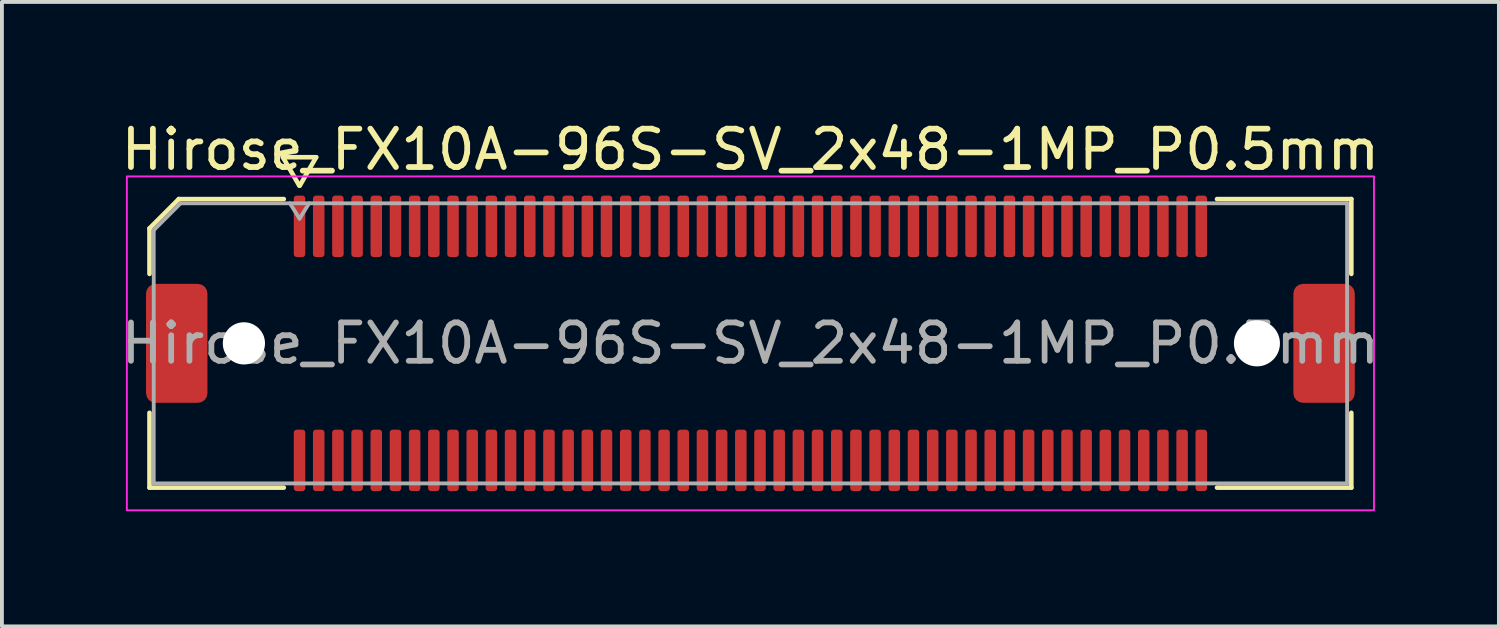
<source format=kicad_pcb>
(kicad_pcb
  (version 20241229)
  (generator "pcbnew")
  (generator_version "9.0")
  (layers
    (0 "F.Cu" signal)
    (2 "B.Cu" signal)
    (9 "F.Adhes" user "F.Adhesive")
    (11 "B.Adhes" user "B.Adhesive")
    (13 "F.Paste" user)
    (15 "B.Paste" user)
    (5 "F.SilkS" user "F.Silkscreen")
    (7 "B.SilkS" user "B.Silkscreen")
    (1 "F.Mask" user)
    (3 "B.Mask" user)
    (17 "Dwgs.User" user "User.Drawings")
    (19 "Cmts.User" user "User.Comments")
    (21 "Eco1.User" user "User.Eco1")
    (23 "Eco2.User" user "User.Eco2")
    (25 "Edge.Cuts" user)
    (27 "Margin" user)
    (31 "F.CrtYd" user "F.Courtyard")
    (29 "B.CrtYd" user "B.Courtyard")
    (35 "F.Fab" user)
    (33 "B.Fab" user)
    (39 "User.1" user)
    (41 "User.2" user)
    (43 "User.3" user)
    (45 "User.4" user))
  (footprint "Hirose_FX10A-96S-SV_2x48-1MP_P0.5mm"
    (layer "F.Cu")
    (at 16.506 5.898)
    (property "Reference" "Hirose_FX10A-96S-SV_2x48-1MP_P0.5mm" (at 0 -5.05 0) (layer "F.SilkS") (effects (font (size 1 1) (thickness 0.15))))
    (attr smd)
    (fp_line (start -15.66 -2.996) (end -14.896 -3.76) (stroke (width 0.12) (type solid)) (layer "F.SilkS"))
    (fp_line (start -15.66 -1.81) (end -15.66 -2.996) (stroke (width 0.12) (type solid)) (layer "F.SilkS"))
    (fp_line (start -15.66 3.76) (end -15.66 1.81) (stroke (width 0.12) (type solid)) (layer "F.SilkS"))
    (fp_line (start -14.896 -3.76) (end -12.16 -3.76) (stroke (width 0.12) (type solid)) (layer "F.SilkS"))
    (fp_line (start -12.183 -4.85) (end -11.756 -4.11) (stroke (width 0.12) (type solid)) (layer "F.SilkS"))
    (fp_line (start -12.16 3.76) (end -15.66 3.76) (stroke (width 0.12) (type solid)) (layer "F.SilkS"))
    (fp_line (start -11.744 -4.11) (end -11.317 -4.85) (stroke (width 0.12) (type solid)) (layer "F.SilkS"))
    (fp_line (start -11.317 -4.85) (end -12.183 -4.85) (stroke (width 0.12) (type solid)) (layer "F.SilkS"))
    (fp_line (start 12.16 -3.76) (end 15.66 -3.76) (stroke (width 0.12) (type solid)) (layer "F.SilkS"))
    (fp_line (start 15.66 -3.76) (end 15.66 -1.81) (stroke (width 0.12) (type solid)) (layer "F.SilkS"))
    (fp_line (start 15.66 1.81) (end 15.66 3.76) (stroke (width 0.12) (type solid)) (layer "F.SilkS"))
    (fp_line (start 15.66 3.76) (end 12.16 3.76) (stroke (width 0.12) (type solid)) (layer "F.SilkS"))
    (fp_rect (start -16.25 -4.35) (end 16.25 4.35) (stroke (width 0.05) (type solid)) (fill no) (layer "F.CrtYd"))
    (fp_line (start -15.55 -2.95) (end -14.85 -3.65) (stroke (width 0.1) (type solid)) (layer "F.Fab"))
    (fp_line (start -15.55 3.65) (end -15.55 -2.95) (stroke (width 0.1) (type solid)) (layer "F.Fab"))
    (fp_line (start -14.85 -3.65) (end 15.55 -3.65) (stroke (width 0.1) (type solid)) (layer "F.Fab"))
    (fp_line (start -12 -3.65) (end -11.75 -3.25) (stroke (width 0.1) (type solid)) (layer "F.Fab"))
    (fp_line (start -11.75 -3.25) (end -11.5 -3.65) (stroke (width 0.1) (type solid)) (layer "F.Fab"))
    (fp_line (start 15.55 -3.65) (end 15.55 3.65) (stroke (width 0.1) (type solid)) (layer "F.Fab"))
    (fp_line (start 15.55 3.65) (end -15.55 3.65) (stroke (width 0.1) (type solid)) (layer "F.Fab"))
    (fp_text user "${REFERENCE}" (at 0 0 0) (layer "F.Fab") (effects (font (size 1 1) (thickness 0.15))))
    (pad "" np_thru_hole circle (at -13.2 0) (size 1.1 1.1) (drill 1.1) (layers "*.Cu" "*.Mask"))
    (pad "" np_thru_hole circle (at 13.2 0) (size 1.2 1.2) (drill 1.2) (layers "*.Cu" "*.Mask"))
    (pad "1" smd roundrect (at -11.75 -3.05) (size 0.3 1.6) (layers "F.Cu" "F.Mask" "F.Paste") (roundrect_rratio 0.25))
    (pad "2" smd roundrect (at -11.75 3.05) (size 0.3 1.6) (layers "F.Cu" "F.Mask" "F.Paste") (roundrect_rratio 0.25))
    (pad "3" smd roundrect (at -11.25 -3.05) (size 0.3 1.6) (layers "F.Cu" "F.Mask" "F.Paste") (roundrect_rratio 0.25))
    (pad "4" smd roundrect (at -11.25 3.05) (size 0.3 1.6) (layers "F.Cu" "F.Mask" "F.Paste") (roundrect_rratio 0.25))
    (pad "5" smd roundrect (at -10.75 -3.05) (size 0.3 1.6) (layers "F.Cu" "F.Mask" "F.Paste") (roundrect_rratio 0.25))
    (pad "6" smd roundrect (at -10.75 3.05) (size 0.3 1.6) (layers "F.Cu" "F.Mask" "F.Paste") (roundrect_rratio 0.25))
    (pad "7" smd roundrect (at -10.25 -3.05) (size 0.3 1.6) (layers "F.Cu" "F.Mask" "F.Paste") (roundrect_rratio 0.25))
    (pad "8" smd roundrect (at -10.25 3.05) (size 0.3 1.6) (layers "F.Cu" "F.Mask" "F.Paste") (roundrect_rratio 0.25))
    (pad "9" smd roundrect (at -9.75 -3.05) (size 0.3 1.6) (layers "F.Cu" "F.Mask" "F.Paste") (roundrect_rratio 0.25))
    (pad "10" smd roundrect (at -9.75 3.05) (size 0.3 1.6) (layers "F.Cu" "F.Mask" "F.Paste") (roundrect_rratio 0.25))
    (pad "11" smd roundrect (at -9.25 -3.05) (size 0.3 1.6) (layers "F.Cu" "F.Mask" "F.Paste") (roundrect_rratio 0.25))
    (pad "12" smd roundrect (at -9.25 3.05) (size 0.3 1.6) (layers "F.Cu" "F.Mask" "F.Paste") (roundrect_rratio 0.25))
    (pad "13" smd roundrect (at -8.75 -3.05) (size 0.3 1.6) (layers "F.Cu" "F.Mask" "F.Paste") (roundrect_rratio 0.25))
    (pad "14" smd roundrect (at -8.75 3.05) (size 0.3 1.6) (layers "F.Cu" "F.Mask" "F.Paste") (roundrect_rratio 0.25))
    (pad "15" smd roundrect (at -8.25 -3.05) (size 0.3 1.6) (layers "F.Cu" "F.Mask" "F.Paste") (roundrect_rratio 0.25))
    (pad "16" smd roundrect (at -8.25 3.05) (size 0.3 1.6) (layers "F.Cu" "F.Mask" "F.Paste") (roundrect_rratio 0.25))
    (pad "17" smd roundrect (at -7.75 -3.05) (size 0.3 1.6) (layers "F.Cu" "F.Mask" "F.Paste") (roundrect_rratio 0.25))
    (pad "18" smd roundrect (at -7.75 3.05) (size 0.3 1.6) (layers "F.Cu" "F.Mask" "F.Paste") (roundrect_rratio 0.25))
    (pad "19" smd roundrect (at -7.25 -3.05) (size 0.3 1.6) (layers "F.Cu" "F.Mask" "F.Paste") (roundrect_rratio 0.25))
    (pad "20" smd roundrect (at -7.25 3.05) (size 0.3 1.6) (layers "F.Cu" "F.Mask" "F.Paste") (roundrect_rratio 0.25))
    (pad "21" smd roundrect (at -6.75 -3.05) (size 0.3 1.6) (layers "F.Cu" "F.Mask" "F.Paste") (roundrect_rratio 0.25))
    (pad "22" smd roundrect (at -6.75 3.05) (size 0.3 1.6) (layers "F.Cu" "F.Mask" "F.Paste") (roundrect_rratio 0.25))
    (pad "23" smd roundrect (at -6.25 -3.05) (size 0.3 1.6) (layers "F.Cu" "F.Mask" "F.Paste") (roundrect_rratio 0.25))
    (pad "24" smd roundrect (at -6.25 3.05) (size 0.3 1.6) (layers "F.Cu" "F.Mask" "F.Paste") (roundrect_rratio 0.25))
    (pad "25" smd roundrect (at -5.75 -3.05) (size 0.3 1.6) (layers "F.Cu" "F.Mask" "F.Paste") (roundrect_rratio 0.25))
    (pad "26" smd roundrect (at -5.75 3.05) (size 0.3 1.6) (layers "F.Cu" "F.Mask" "F.Paste") (roundrect_rratio 0.25))
    (pad "27" smd roundrect (at -5.25 -3.05) (size 0.3 1.6) (layers "F.Cu" "F.Mask" "F.Paste") (roundrect_rratio 0.25))
    (pad "28" smd roundrect (at -5.25 3.05) (size 0.3 1.6) (layers "F.Cu" "F.Mask" "F.Paste") (roundrect_rratio 0.25))
    (pad "29" smd roundrect (at -4.75 -3.05) (size 0.3 1.6) (layers "F.Cu" "F.Mask" "F.Paste") (roundrect_rratio 0.25))
    (pad "30" smd roundrect (at -4.75 3.05) (size 0.3 1.6) (layers "F.Cu" "F.Mask" "F.Paste") (roundrect_rratio 0.25))
    (pad "31" smd roundrect (at -4.25 -3.05) (size 0.3 1.6) (layers "F.Cu" "F.Mask" "F.Paste") (roundrect_rratio 0.25))
    (pad "32" smd roundrect (at -4.25 3.05) (size 0.3 1.6) (layers "F.Cu" "F.Mask" "F.Paste") (roundrect_rratio 0.25))
    (pad "33" smd roundrect (at -3.75 -3.05) (size 0.3 1.6) (layers "F.Cu" "F.Mask" "F.Paste") (roundrect_rratio 0.25))
    (pad "34" smd roundrect (at -3.75 3.05) (size 0.3 1.6) (layers "F.Cu" "F.Mask" "F.Paste") (roundrect_rratio 0.25))
    (pad "35" smd roundrect (at -3.25 -3.05) (size 0.3 1.6) (layers "F.Cu" "F.Mask" "F.Paste") (roundrect_rratio 0.25))
    (pad "36" smd roundrect (at -3.25 3.05) (size 0.3 1.6) (layers "F.Cu" "F.Mask" "F.Paste") (roundrect_rratio 0.25))
    (pad "37" smd roundrect (at -2.75 -3.05) (size 0.3 1.6) (layers "F.Cu" "F.Mask" "F.Paste") (roundrect_rratio 0.25))
    (pad "38" smd roundrect (at -2.75 3.05) (size 0.3 1.6) (layers "F.Cu" "F.Mask" "F.Paste") (roundrect_rratio 0.25))
    (pad "39" smd roundrect (at -2.25 -3.05) (size 0.3 1.6) (layers "F.Cu" "F.Mask" "F.Paste") (roundrect_rratio 0.25))
    (pad "40" smd roundrect (at -2.25 3.05) (size 0.3 1.6) (layers "F.Cu" "F.Mask" "F.Paste") (roundrect_rratio 0.25))
    (pad "41" smd roundrect (at -1.75 -3.05) (size 0.3 1.6) (layers "F.Cu" "F.Mask" "F.Paste") (roundrect_rratio 0.25))
    (pad "42" smd roundrect (at -1.75 3.05) (size 0.3 1.6) (layers "F.Cu" "F.Mask" "F.Paste") (roundrect_rratio 0.25))
    (pad "43" smd roundrect (at -1.25 -3.05) (size 0.3 1.6) (layers "F.Cu" "F.Mask" "F.Paste") (roundrect_rratio 0.25))
    (pad "44" smd roundrect (at -1.25 3.05) (size 0.3 1.6) (layers "F.Cu" "F.Mask" "F.Paste") (roundrect_rratio 0.25))
    (pad "45" smd roundrect (at -0.75 -3.05) (size 0.3 1.6) (layers "F.Cu" "F.Mask" "F.Paste") (roundrect_rratio 0.25))
    (pad "46" smd roundrect (at -0.75 3.05) (size 0.3 1.6) (layers "F.Cu" "F.Mask" "F.Paste") (roundrect_rratio 0.25))
    (pad "47" smd roundrect (at -0.25 -3.05) (size 0.3 1.6) (layers "F.Cu" "F.Mask" "F.Paste") (roundrect_rratio 0.25))
    (pad "48" smd roundrect (at -0.25 3.05) (size 0.3 1.6) (layers "F.Cu" "F.Mask" "F.Paste") (roundrect_rratio 0.25))
    (pad "49" smd roundrect (at 0.25 -3.05) (size 0.3 1.6) (layers "F.Cu" "F.Mask" "F.Paste") (roundrect_rratio 0.25))
    (pad "50" smd roundrect (at 0.25 3.05) (size 0.3 1.6) (layers "F.Cu" "F.Mask" "F.Paste") (roundrect_rratio 0.25))
    (pad "51" smd roundrect (at 0.75 -3.05) (size 0.3 1.6) (layers "F.Cu" "F.Mask" "F.Paste") (roundrect_rratio 0.25))
    (pad "52" smd roundrect (at 0.75 3.05) (size 0.3 1.6) (layers "F.Cu" "F.Mask" "F.Paste") (roundrect_rratio 0.25))
    (pad "53" smd roundrect (at 1.25 -3.05) (size 0.3 1.6) (layers "F.Cu" "F.Mask" "F.Paste") (roundrect_rratio 0.25))
    (pad "54" smd roundrect (at 1.25 3.05) (size 0.3 1.6) (layers "F.Cu" "F.Mask" "F.Paste") (roundrect_rratio 0.25))
    (pad "55" smd roundrect (at 1.75 -3.05) (size 0.3 1.6) (layers "F.Cu" "F.Mask" "F.Paste") (roundrect_rratio 0.25))
    (pad "56" smd roundrect (at 1.75 3.05) (size 0.3 1.6) (layers "F.Cu" "F.Mask" "F.Paste") (roundrect_rratio 0.25))
    (pad "57" smd roundrect (at 2.25 -3.05) (size 0.3 1.6) (layers "F.Cu" "F.Mask" "F.Paste") (roundrect_rratio 0.25))
    (pad "58" smd roundrect (at 2.25 3.05) (size 0.3 1.6) (layers "F.Cu" "F.Mask" "F.Paste") (roundrect_rratio 0.25))
    (pad "59" smd roundrect (at 2.75 -3.05) (size 0.3 1.6) (layers "F.Cu" "F.Mask" "F.Paste") (roundrect_rratio 0.25))
    (pad "60" smd roundrect (at 2.75 3.05) (size 0.3 1.6) (layers "F.Cu" "F.Mask" "F.Paste") (roundrect_rratio 0.25))
    (pad "61" smd roundrect (at 3.25 -3.05) (size 0.3 1.6) (layers "F.Cu" "F.Mask" "F.Paste") (roundrect_rratio 0.25))
    (pad "62" smd roundrect (at 3.25 3.05) (size 0.3 1.6) (layers "F.Cu" "F.Mask" "F.Paste") (roundrect_rratio 0.25))
    (pad "63" smd roundrect (at 3.75 -3.05) (size 0.3 1.6) (layers "F.Cu" "F.Mask" "F.Paste") (roundrect_rratio 0.25))
    (pad "64" smd roundrect (at 3.75 3.05) (size 0.3 1.6) (layers "F.Cu" "F.Mask" "F.Paste") (roundrect_rratio 0.25))
    (pad "65" smd roundrect (at 4.25 -3.05) (size 0.3 1.6) (layers "F.Cu" "F.Mask" "F.Paste") (roundrect_rratio 0.25))
    (pad "66" smd roundrect (at 4.25 3.05) (size 0.3 1.6) (layers "F.Cu" "F.Mask" "F.Paste") (roundrect_rratio 0.25))
    (pad "67" smd roundrect (at 4.75 -3.05) (size 0.3 1.6) (layers "F.Cu" "F.Mask" "F.Paste") (roundrect_rratio 0.25))
    (pad "68" smd roundrect (at 4.75 3.05) (size 0.3 1.6) (layers "F.Cu" "F.Mask" "F.Paste") (roundrect_rratio 0.25))
    (pad "69" smd roundrect (at 5.25 -3.05) (size 0.3 1.6) (layers "F.Cu" "F.Mask" "F.Paste") (roundrect_rratio 0.25))
    (pad "70" smd roundrect (at 5.25 3.05) (size 0.3 1.6) (layers "F.Cu" "F.Mask" "F.Paste") (roundrect_rratio 0.25))
    (pad "71" smd roundrect (at 5.75 -3.05) (size 0.3 1.6) (layers "F.Cu" "F.Mask" "F.Paste") (roundrect_rratio 0.25))
    (pad "72" smd roundrect (at 5.75 3.05) (size 0.3 1.6) (layers "F.Cu" "F.Mask" "F.Paste") (roundrect_rratio 0.25))
    (pad "73" smd roundrect (at 6.25 -3.05) (size 0.3 1.6) (layers "F.Cu" "F.Mask" "F.Paste") (roundrect_rratio 0.25))
    (pad "74" smd roundrect (at 6.25 3.05) (size 0.3 1.6) (layers "F.Cu" "F.Mask" "F.Paste") (roundrect_rratio 0.25))
    (pad "75" smd roundrect (at 6.75 -3.05) (size 0.3 1.6) (layers "F.Cu" "F.Mask" "F.Paste") (roundrect_rratio 0.25))
    (pad "76" smd roundrect (at 6.75 3.05) (size 0.3 1.6) (layers "F.Cu" "F.Mask" "F.Paste") (roundrect_rratio 0.25))
    (pad "77" smd roundrect (at 7.25 -3.05) (size 0.3 1.6) (layers "F.Cu" "F.Mask" "F.Paste") (roundrect_rratio 0.25))
    (pad "78" smd roundrect (at 7.25 3.05) (size 0.3 1.6) (layers "F.Cu" "F.Mask" "F.Paste") (roundrect_rratio 0.25))
    (pad "79" smd roundrect (at 7.75 -3.05) (size 0.3 1.6) (layers "F.Cu" "F.Mask" "F.Paste") (roundrect_rratio 0.25))
    (pad "80" smd roundrect (at 7.75 3.05) (size 0.3 1.6) (layers "F.Cu" "F.Mask" "F.Paste") (roundrect_rratio 0.25))
    (pad "81" smd roundrect (at 8.25 -3.05) (size 0.3 1.6) (layers "F.Cu" "F.Mask" "F.Paste") (roundrect_rratio 0.25))
    (pad "82" smd roundrect (at 8.25 3.05) (size 0.3 1.6) (layers "F.Cu" "F.Mask" "F.Paste") (roundrect_rratio 0.25))
    (pad "83" smd roundrect (at 8.75 -3.05) (size 0.3 1.6) (layers "F.Cu" "F.Mask" "F.Paste") (roundrect_rratio 0.25))
    (pad "84" smd roundrect (at 8.75 3.05) (size 0.3 1.6) (layers "F.Cu" "F.Mask" "F.Paste") (roundrect_rratio 0.25))
    (pad "85" smd roundrect (at 9.25 -3.05) (size 0.3 1.6) (layers "F.Cu" "F.Mask" "F.Paste") (roundrect_rratio 0.25))
    (pad "86" smd roundrect (at 9.25 3.05) (size 0.3 1.6) (layers "F.Cu" "F.Mask" "F.Paste") (roundrect_rratio 0.25))
    (pad "87" smd roundrect (at 9.75 -3.05) (size 0.3 1.6) (layers "F.Cu" "F.Mask" "F.Paste") (roundrect_rratio 0.25))
    (pad "88" smd roundrect (at 9.75 3.05) (size 0.3 1.6) (layers "F.Cu" "F.Mask" "F.Paste") (roundrect_rratio 0.25))
    (pad "89" smd roundrect (at 10.25 -3.05) (size 0.3 1.6) (layers "F.Cu" "F.Mask" "F.Paste") (roundrect_rratio 0.25))
    (pad "90" smd roundrect (at 10.25 3.05) (size 0.3 1.6) (layers "F.Cu" "F.Mask" "F.Paste") (roundrect_rratio 0.25))
    (pad "91" smd roundrect (at 10.75 -3.05) (size 0.3 1.6) (layers "F.Cu" "F.Mask" "F.Paste") (roundrect_rratio 0.25))
    (pad "92" smd roundrect (at 10.75 3.05) (size 0.3 1.6) (layers "F.Cu" "F.Mask" "F.Paste") (roundrect_rratio 0.25))
    (pad "93" smd roundrect (at 11.25 -3.05) (size 0.3 1.6) (layers "F.Cu" "F.Mask" "F.Paste") (roundrect_rratio 0.25))
    (pad "94" smd roundrect (at 11.25 3.05) (size 0.3 1.6) (layers "F.Cu" "F.Mask" "F.Paste") (roundrect_rratio 0.25))
    (pad "95" smd roundrect (at 11.75 -3.05) (size 0.3 1.6) (layers "F.Cu" "F.Mask" "F.Paste") (roundrect_rratio 0.25))
    (pad "96" smd roundrect (at 11.75 3.05) (size 0.3 1.6) (layers "F.Cu" "F.Mask" "F.Paste") (roundrect_rratio 0.25))
    (pad "MP" smd roundrect (at -14.95 0) (size 1.6 3.1) (layers "F.Cu" "F.Mask" "F.Paste") (roundrect_rratio 0.156))
    (pad "MP" smd roundrect (at 14.95 0) (size 1.6 3.1) (layers "F.Cu" "F.Mask" "F.Paste") (roundrect_rratio 0.156)))
  (gr_rect
    (start -3 -3)
    (end 36.012 13.273)
    (stroke (width 0.1) (type default))
    (fill no)
    (layer "Edge.Cuts")))
</source>
